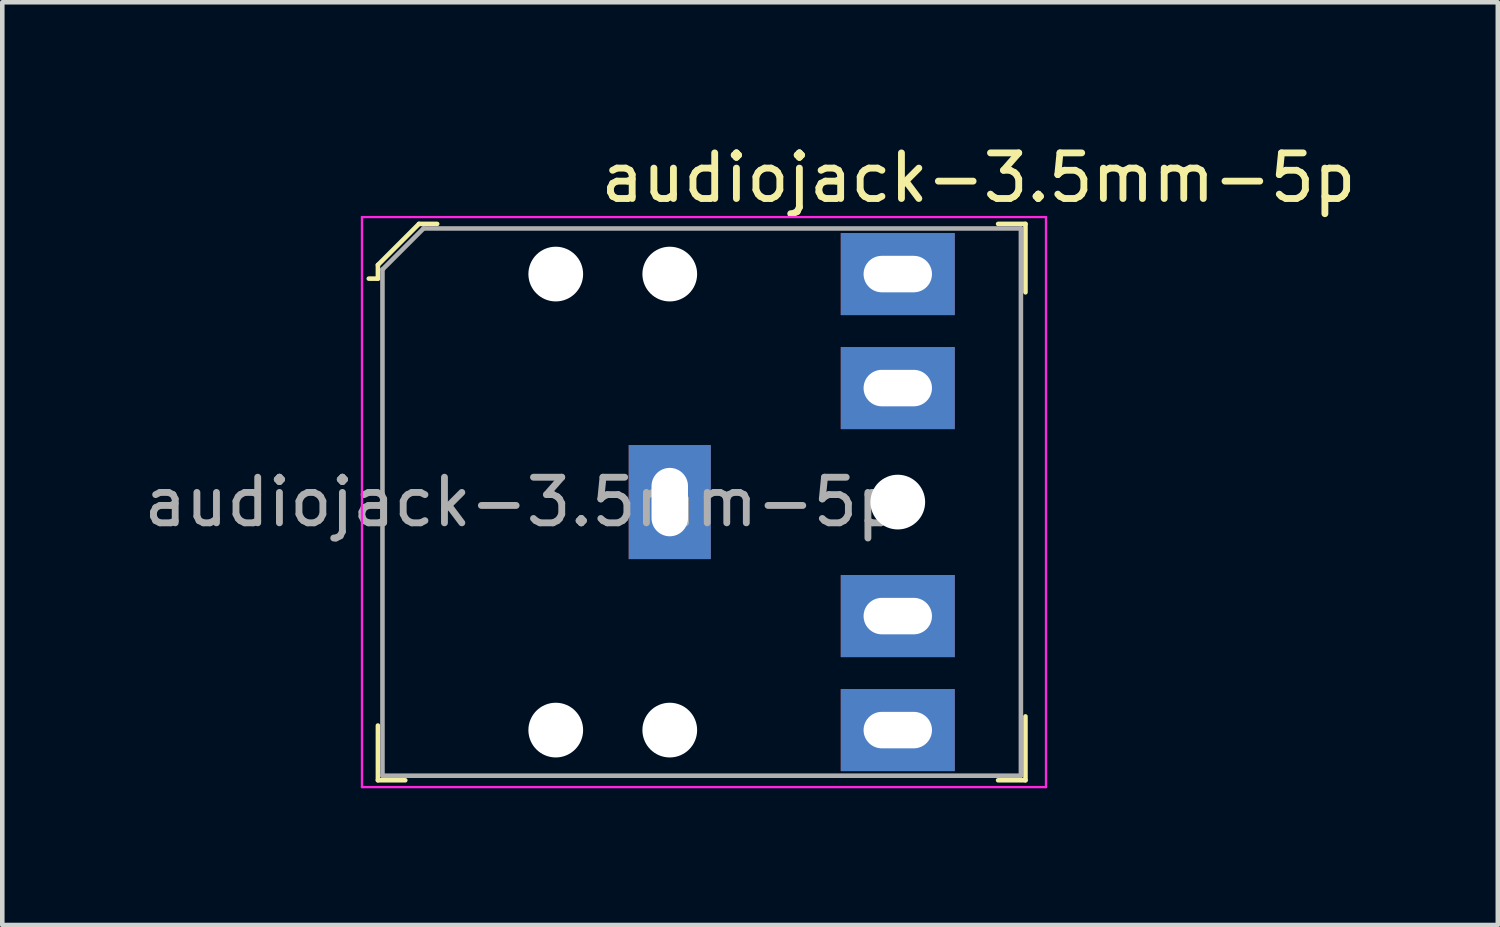
<source format=kicad_pcb>
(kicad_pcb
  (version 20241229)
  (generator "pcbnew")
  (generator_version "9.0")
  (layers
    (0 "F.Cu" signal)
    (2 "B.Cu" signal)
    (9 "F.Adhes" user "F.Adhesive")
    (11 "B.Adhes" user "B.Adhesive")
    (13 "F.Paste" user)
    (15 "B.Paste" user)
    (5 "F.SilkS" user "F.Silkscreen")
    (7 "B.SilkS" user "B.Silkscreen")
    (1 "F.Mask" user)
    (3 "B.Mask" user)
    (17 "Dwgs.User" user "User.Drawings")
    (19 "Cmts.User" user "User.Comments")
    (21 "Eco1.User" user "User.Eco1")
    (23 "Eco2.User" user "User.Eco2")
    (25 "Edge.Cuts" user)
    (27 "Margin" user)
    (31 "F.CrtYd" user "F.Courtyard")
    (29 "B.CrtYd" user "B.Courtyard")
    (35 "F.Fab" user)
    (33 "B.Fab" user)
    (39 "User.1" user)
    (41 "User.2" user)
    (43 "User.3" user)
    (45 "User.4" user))
  (footprint "audiojack-3.5mm-5p"
    (layer "F.Cu")
    (at 16.637 7.96)
    (property "Reference" "audiojack-3.5mm-5p" (at 1.771 -7.112 0) (layer "F.SilkS") (effects (font (size 1 1) (thickness 0.15))))
    (attr through_hole)
    (fp_line (start -11.4 -5.2) (end -11.4 -4.9) (stroke (width 0.1) (type solid)) (layer "F.SilkS"))
    (fp_line (start -11.4 -4.9) (end -11.6 -4.9) (stroke (width 0.1) (type solid)) (layer "F.SilkS"))
    (fp_line (start -11.4 6.1) (end -11.4 4.9) (stroke (width 0.1) (type solid)) (layer "F.SilkS"))
    (fp_line (start -10.8 6.1) (end -11.4 6.1) (stroke (width 0.1) (type solid)) (layer "F.SilkS"))
    (fp_line (start -10.5 -6.1) (end -11.4 -5.2) (stroke (width 0.1) (type solid)) (layer "F.SilkS"))
    (fp_line (start -10.1 -6.1) (end -10.5 -6.1) (stroke (width 0.1) (type solid)) (layer "F.SilkS"))
    (fp_line (start 2.2 -6.1) (end 2.8 -6.1) (stroke (width 0.1) (type solid)) (layer "F.SilkS"))
    (fp_line (start 2.2 6.1) (end 2.8 6.1) (stroke (width 0.1) (type solid)) (layer "F.SilkS"))
    (fp_line (start 2.8 -6.1) (end 2.8 -4.6) (stroke (width 0.1) (type solid)) (layer "F.SilkS"))
    (fp_line (start 2.8 6.1) (end 2.8 4.7) (stroke (width 0.1) (type solid)) (layer "F.SilkS"))
    (fp_line (start -11.75 -6.25) (end -11.75 6.25) (stroke (width 0.05) (type solid)) (layer "F.CrtYd"))
    (fp_line (start -11.75 -6.25) (end 3.25 -6.25) (stroke (width 0.05) (type solid)) (layer "F.CrtYd"))
    (fp_line (start -11.75 6.25) (end 3.25 6.25) (stroke (width 0.05) (type solid)) (layer "F.CrtYd"))
    (fp_line (start 3.25 -6.25) (end 3.25 6.25) (stroke (width 0.05) (type solid)) (layer "F.CrtYd"))
    (fp_line (start -11.3 -5.1) (end -11.3 6) (stroke (width 0.1) (type solid)) (layer "F.Fab"))
    (fp_line (start -11.3 -5.1) (end -10.4 -6) (stroke (width 0.1) (type solid)) (layer "F.Fab"))
    (fp_line (start -11.3 6) (end 2.7 6) (stroke (width 0.1) (type solid)) (layer "F.Fab"))
    (fp_line (start -10.4 -6) (end 2.7 -6) (stroke (width 0.1) (type solid)) (layer "F.Fab"))
    (fp_line (start 2.7 -6) (end 2.7 6) (stroke (width 0.1) (type solid)) (layer "F.Fab"))
    (fp_text user "${REFERENCE}" (at -8.25 0 0) (layer "F.Fab") (effects (font (size 1 1) (thickness 0.15))))
    (pad "" np_thru_hole circle (at -7.5 -5) (size 1.2 1.2) (drill 1.2) (layers "*.Cu" "*.Mask"))
    (pad "" np_thru_hole circle (at -7.5 5) (size 1.2 1.2) (drill 1.2) (layers "*.Cu" "*.Mask"))
    (pad "" np_thru_hole circle (at -5 -5) (size 1.2 1.2) (drill 1.2) (layers "*.Cu" "*.Mask"))
    (pad "" np_thru_hole circle (at -5 5) (size 1.2 1.2) (drill 1.2) (layers "*.Cu" "*.Mask"))
    (pad "" np_thru_hole circle (at 0 0) (size 1.2 1.2) (drill 1.2) (layers "*.Cu" "*.Mask"))
    (pad "R" thru_hole rect (at 0 5) (size 2.5 1.8) (drill oval 1.5 0.8) (layers "*.Cu" "*.Mask"))
    (pad "RN" thru_hole rect (at 0 2.5) (size 2.5 1.8) (drill oval 1.5 0.8) (layers "*.Cu" "*.Mask"))
    (pad "S" thru_hole rect (at -5 0) (size 1.8 2.5) (drill oval 0.8 1.5) (layers "*.Cu" "*.Mask"))
    (pad "T" thru_hole rect (at 0 -5) (size 2.5 1.8) (drill oval 1.5 0.8) (layers "*.Cu" "*.Mask"))
    (pad "TN" thru_hole rect (at 0 -2.5) (size 2.5 1.8) (drill oval 1.5 0.8) (layers "*.Cu" "*.Mask")))
  (gr_rect
    (start -3 -3)
    (end 29.795 17.235)
    (stroke (width 0.1) (type default))
    (fill no)
    (layer "Edge.Cuts")))
</source>
